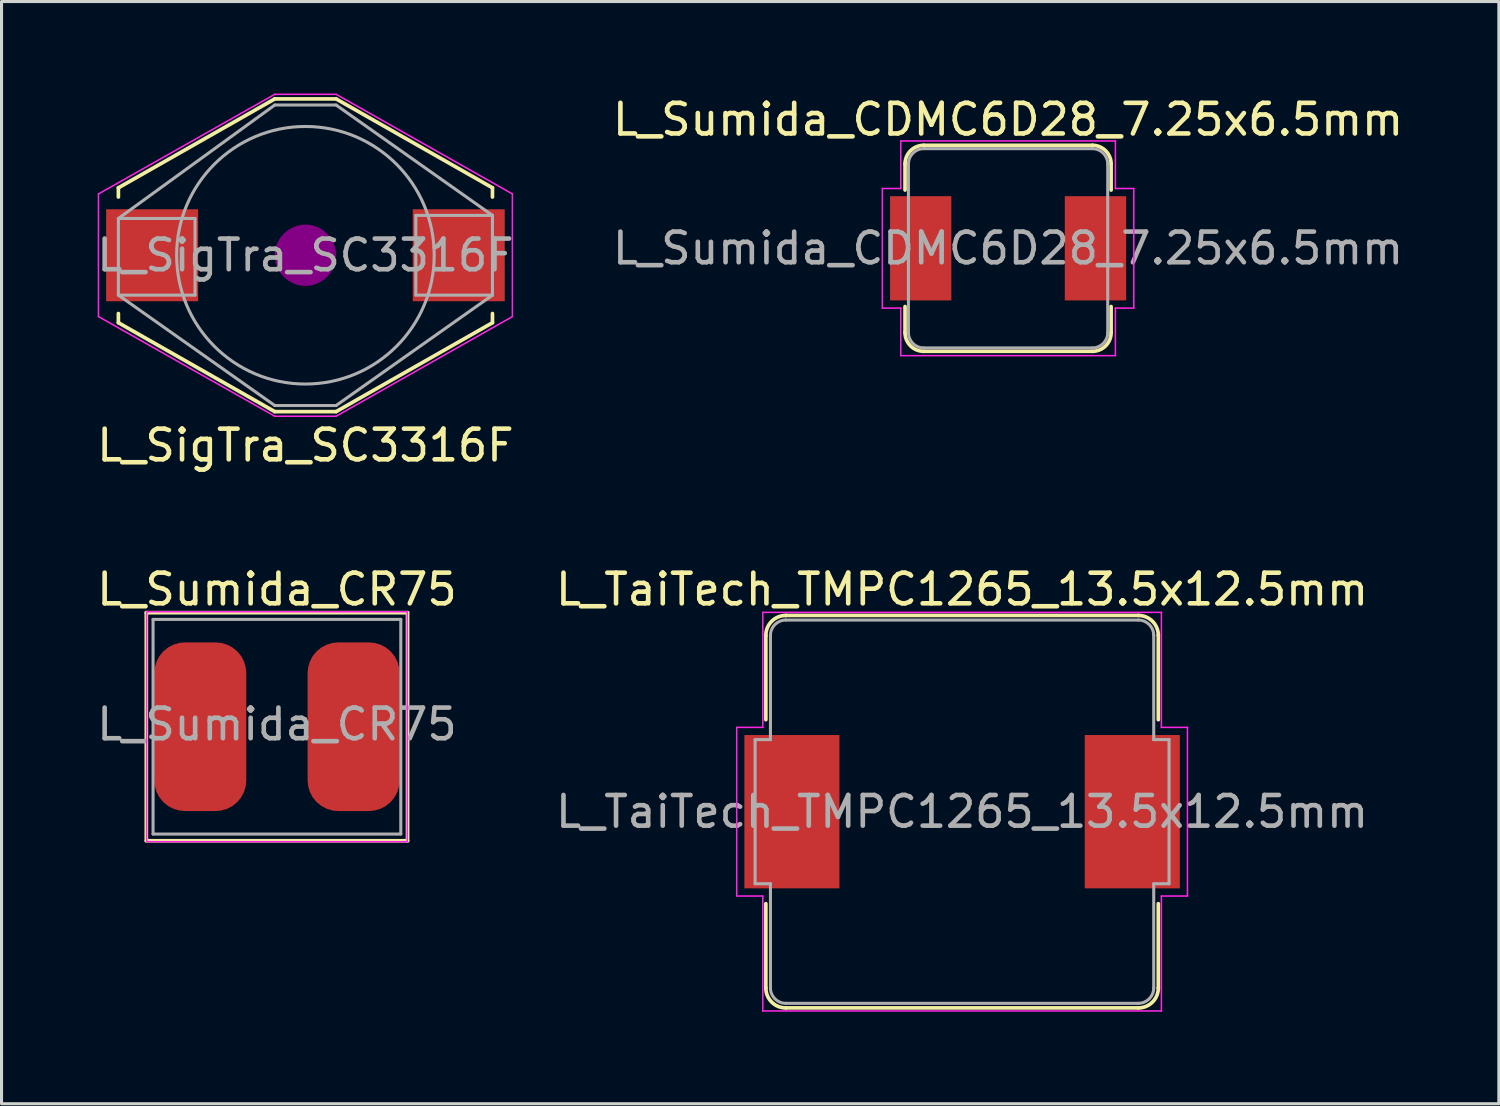
<source format=kicad_pcb>
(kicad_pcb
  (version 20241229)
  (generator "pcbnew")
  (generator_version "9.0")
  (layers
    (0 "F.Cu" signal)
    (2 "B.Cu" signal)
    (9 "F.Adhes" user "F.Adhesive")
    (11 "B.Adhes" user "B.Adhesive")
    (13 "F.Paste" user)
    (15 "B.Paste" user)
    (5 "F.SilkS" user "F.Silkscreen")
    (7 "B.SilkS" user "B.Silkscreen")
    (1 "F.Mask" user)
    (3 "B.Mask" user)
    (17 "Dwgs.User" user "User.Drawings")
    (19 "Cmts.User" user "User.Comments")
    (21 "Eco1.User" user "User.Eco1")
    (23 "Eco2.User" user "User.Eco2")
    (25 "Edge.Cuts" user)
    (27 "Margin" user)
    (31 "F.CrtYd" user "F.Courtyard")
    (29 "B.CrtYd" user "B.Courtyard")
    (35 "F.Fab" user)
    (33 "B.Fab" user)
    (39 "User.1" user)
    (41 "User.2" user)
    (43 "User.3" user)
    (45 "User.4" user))
  (footprint "L_Sumida_CDMC6D28_7.25x6.5mm"
    (layer "F.Cu")
    (at 29.827 5.048)
    (property "Reference" "L_Sumida_CDMC6D28_7.25x6.5mm" (at 0 -4.2 0) (layer "F.SilkS") (effects (font (size 1 1) (thickness 0.15))))
    (attr smd)
    (fp_line (start -3.36 -1.9) (end -3.36 -2.75) (stroke (width 0.12) (type solid)) (layer "F.SilkS"))
    (fp_line (start -3.36 2.75) (end -3.36 1.9) (stroke (width 0.12) (type solid)) (layer "F.SilkS"))
    (fp_line (start -2.75 -3.36) (end 2.75 -3.36) (stroke (width 0.12) (type solid)) (layer "F.SilkS"))
    (fp_line (start 2.75 3.36) (end -2.75 3.36) (stroke (width 0.12) (type solid)) (layer "F.SilkS"))
    (fp_line (start 3.36 -2.75) (end 3.36 -1.9) (stroke (width 0.12) (type solid)) (layer "F.SilkS"))
    (fp_line (start 3.36 1.9) (end 3.36 2.75) (stroke (width 0.12) (type solid)) (layer "F.SilkS"))
    (fp_arc (start -3.36 -2.75) (mid -3.181335 -3.181335) (end -2.75 -3.36) (stroke (width 0.12) (type solid)) (layer "F.SilkS"))
    (fp_arc (start -2.75 3.36) (mid -3.181335 3.181335) (end -3.36 2.75) (stroke (width 0.12) (type solid)) (layer "F.SilkS"))
    (fp_arc (start 2.75 -3.36) (mid 3.181335 -3.181335) (end 3.36 -2.75) (stroke (width 0.12) (type solid)) (layer "F.SilkS"))
    (fp_arc (start 3.36 2.75) (mid 3.181335 3.181335) (end 2.75 3.36) (stroke (width 0.12) (type solid)) (layer "F.SilkS"))
    (fp_line (start -4.1 -1.95) (end -3.5 -1.95) (stroke (width 0.05) (type solid)) (layer "F.CrtYd"))
    (fp_line (start -4.1 1.95) (end -4.1 -1.95) (stroke (width 0.05) (type solid)) (layer "F.CrtYd"))
    (fp_line (start -3.5 -3.5) (end 3.5 -3.5) (stroke (width 0.05) (type solid)) (layer "F.CrtYd"))
    (fp_line (start -3.5 -1.95) (end -3.5 -3.5) (stroke (width 0.05) (type solid)) (layer "F.CrtYd"))
    (fp_line (start -3.5 1.95) (end -4.1 1.95) (stroke (width 0.05) (type solid)) (layer "F.CrtYd"))
    (fp_line (start -3.5 3.5) (end -3.5 1.95) (stroke (width 0.05) (type solid)) (layer "F.CrtYd"))
    (fp_line (start 3.5 -3.5) (end 3.5 -1.95) (stroke (width 0.05) (type solid)) (layer "F.CrtYd"))
    (fp_line (start 3.5 -1.95) (end 4.1 -1.95) (stroke (width 0.05) (type solid)) (layer "F.CrtYd"))
    (fp_line (start 3.5 1.95) (end 3.5 3.5) (stroke (width 0.05) (type solid)) (layer "F.CrtYd"))
    (fp_line (start 3.5 3.5) (end -3.5 3.5) (stroke (width 0.05) (type solid)) (layer "F.CrtYd"))
    (fp_line (start 4.1 -1.95) (end 4.1 1.95) (stroke (width 0.05) (type solid)) (layer "F.CrtYd"))
    (fp_line (start 4.1 1.95) (end 3.5 1.95) (stroke (width 0.05) (type solid)) (layer "F.CrtYd"))
    (fp_line (start -3.25 2.75) (end -3.25 -2.75) (stroke (width 0.1) (type solid)) (layer "F.Fab"))
    (fp_line (start -2.75 -3.25) (end 2.75 -3.25) (stroke (width 0.1) (type solid)) (layer "F.Fab"))
    (fp_line (start 2.75 3.25) (end -2.75 3.25) (stroke (width 0.1) (type solid)) (layer "F.Fab"))
    (fp_line (start 3.25 -2.75) (end 3.25 2.75) (stroke (width 0.1) (type solid)) (layer "F.Fab"))
    (fp_arc (start -3.25 -2.75) (mid -3.103553 -3.103553) (end -2.75 -3.25) (stroke (width 0.1) (type solid)) (layer "F.Fab"))
    (fp_arc (start -2.75 3.25) (mid -3.103553 3.103553) (end -3.25 2.75) (stroke (width 0.1) (type solid)) (layer "F.Fab"))
    (fp_arc (start 2.75 -3.25) (mid 3.103553 -3.103553) (end 3.25 -2.75) (stroke (width 0.1) (type solid)) (layer "F.Fab"))
    (fp_arc (start 3.25 2.75) (mid 3.103553 3.103553) (end 2.75 3.25) (stroke (width 0.1) (type solid)) (layer "F.Fab"))
    (fp_text user "${REFERENCE}" (at 0 0 0) (layer "F.Fab") (effects (font (size 1 1) (thickness 0.15))))
    (pad "1" smd rect (at -2.85 0) (size 2 3.4) (layers "F.Cu" "F.Mask" "F.Paste"))
    (pad "2" smd rect (at 2.85 0) (size 2 3.4) (layers "F.Cu" "F.Mask" "F.Paste")))
  (footprint "L_SigTra_SC3316F"
    (layer "F.Cu")
    (at 6.911 5.275)
    (property "Reference" "L_SigTra_SC3316F" (at 0 6.2 0) (layer "F.SilkS") (effects (font (size 1 1) (thickness 0.15))))
    (attr smd)
    (fp_line (start -6.1 -2.2) (end -1 -5.1) (stroke (width 0.12) (type solid)) (layer "F.SilkS"))
    (fp_line (start -6.1 -1.9) (end -6.1 -2.2) (stroke (width 0.12) (type solid)) (layer "F.SilkS"))
    (fp_line (start -6.1 1.9) (end -6.1 2.2) (stroke (width 0.12) (type solid)) (layer "F.SilkS"))
    (fp_line (start -6.1 2.2) (end -1 5.1) (stroke (width 0.12) (type solid)) (layer "F.SilkS"))
    (fp_line (start 1 -5.1) (end -1 -5.1) (stroke (width 0.12) (type solid)) (layer "F.SilkS"))
    (fp_line (start 1 5.1) (end -1 5.1) (stroke (width 0.12) (type solid)) (layer "F.SilkS"))
    (fp_line (start 6.1 -2.2) (end 1 -5.1) (stroke (width 0.12) (type solid)) (layer "F.SilkS"))
    (fp_line (start 6.1 -1.9) (end 6.1 -2.2) (stroke (width 0.12) (type solid)) (layer "F.SilkS"))
    (fp_line (start 6.1 1.9) (end 6.1 2.2) (stroke (width 0.12) (type solid)) (layer "F.SilkS"))
    (fp_line (start 6.1 2.2) (end 1 5.1) (stroke (width 0.12) (type solid)) (layer "F.SilkS"))
    (fp_circle (center 0 0) (end 0.5 0) (stroke (width 1) (type solid)) (fill no) (layer "F.Adhes"))
    (fp_line (start -6.75 -2) (end -6.75 2) (stroke (width 0.05) (type solid)) (layer "F.CrtYd"))
    (fp_line (start -6.75 2) (end -1 5.25) (stroke (width 0.05) (type solid)) (layer "F.CrtYd"))
    (fp_line (start -1 -5.25) (end -6.75 -2) (stroke (width 0.05) (type solid)) (layer "F.CrtYd"))
    (fp_line (start -1 -5.25) (end 1 -5.25) (stroke (width 0.05) (type solid)) (layer "F.CrtYd"))
    (fp_line (start -1 5.25) (end 1 5.25) (stroke (width 0.05) (type solid)) (layer "F.CrtYd"))
    (fp_line (start 1 -5.25) (end 6.75 -2) (stroke (width 0.05) (type solid)) (layer "F.CrtYd"))
    (fp_line (start 1 5.25) (end 6.75 2) (stroke (width 0.05) (type solid)) (layer "F.CrtYd"))
    (fp_line (start 6.75 2) (end 6.75 -2) (stroke (width 0.05) (type solid)) (layer "F.CrtYd"))
    (fp_line (start -6.1 -1.2) (end -3.6 -1.2) (stroke (width 0.1) (type solid)) (layer "F.Fab"))
    (fp_line (start -6.1 1.3) (end -6.1 -1.2) (stroke (width 0.1) (type solid)) (layer "F.Fab"))
    (fp_line (start -3.6 -1.2) (end -3.6 0) (stroke (width 0.1) (type solid)) (layer "F.Fab"))
    (fp_line (start -3.6 0) (end -3.6 1.3) (stroke (width 0.1) (type solid)) (layer "F.Fab"))
    (fp_line (start -3.6 1.3) (end -6.1 1.3) (stroke (width 0.1) (type solid)) (layer "F.Fab"))
    (fp_line (start -1 -4.9) (end -6.1 -1.2) (stroke (width 0.1) (type solid)) (layer "F.Fab"))
    (fp_line (start -1 4.9) (end -6.1 1.3) (stroke (width 0.1) (type solid)) (layer "F.Fab"))
    (fp_line (start 1 -4.9) (end -1 -4.9) (stroke (width 0.1) (type solid)) (layer "F.Fab"))
    (fp_line (start 1 -4.9) (end 6.1 -1.3) (stroke (width 0.1) (type solid)) (layer "F.Fab"))
    (fp_line (start 1 4.9) (end -1 4.9) (stroke (width 0.1) (type solid)) (layer "F.Fab"))
    (fp_line (start 3.6 -1.3) (end 6.1 -1.3) (stroke (width 0.1) (type solid)) (layer "F.Fab"))
    (fp_line (start 3.6 1.3) (end 3.6 -1.3) (stroke (width 0.1) (type solid)) (layer "F.Fab"))
    (fp_line (start 6.1 -1.3) (end 6.1 1.3) (stroke (width 0.1) (type solid)) (layer "F.Fab"))
    (fp_line (start 6.1 1.3) (end 1 4.9) (stroke (width 0.1) (type solid)) (layer "F.Fab"))
    (fp_line (start 6.1 1.3) (end 3.6 1.3) (stroke (width 0.1) (type solid)) (layer "F.Fab"))
    (fp_circle (center 0 0) (end 4.2 0) (stroke (width 0.1) (type solid)) (fill no) (layer "F.Fab"))
    (fp_text user "${REFERENCE}" (at 0 0 0) (layer "F.Fab") (effects (font (size 1 1) (thickness 0.15))))
    (pad "1" smd rect (at -5 0) (size 3 3) (layers "F.Cu" "F.Mask" "F.Paste"))
    (pad "2" smd rect (at 5 0) (size 3 3) (layers "F.Cu" "F.Mask" "F.Paste")))
  (footprint "L_TaiTech_TMPC1265_13.5x12.5mm"
    (layer "F.Cu")
    (at 28.327 23.422)
    (property "Reference" "L_TaiTech_TMPC1265_13.5x12.5mm" (at 0 -7.25 0) (layer "F.SilkS") (effects (font (size 1 1) (thickness 0.15))))
    (attr smd)
    (fp_line (start -6.4 -5.75) (end -6.4 -3) (stroke (width 0.12) (type solid)) (layer "F.SilkS"))
    (fp_line (start -6.4 3) (end -6.4 5.75) (stroke (width 0.12) (type solid)) (layer "F.SilkS"))
    (fp_line (start -5.75 -6.4) (end 5.75 -6.4) (stroke (width 0.12) (type solid)) (layer "F.SilkS"))
    (fp_line (start 5.75 6.4) (end -5.75 6.4) (stroke (width 0.12) (type solid)) (layer "F.SilkS"))
    (fp_line (start 6.4 -5.75) (end 6.4 -3) (stroke (width 0.12) (type solid)) (layer "F.SilkS"))
    (fp_line (start 6.4 3) (end 6.4 5.75) (stroke (width 0.12) (type solid)) (layer "F.SilkS"))
    (fp_arc (start -6.4 -5.75) (mid -6.209619 -6.209619) (end -5.75 -6.4) (stroke (width 0.12) (type solid)) (layer "F.SilkS"))
    (fp_arc (start -5.75 6.4) (mid -6.209619 6.209619) (end -6.4 5.75) (stroke (width 0.12) (type solid)) (layer "F.SilkS"))
    (fp_arc (start 5.75 -6.4) (mid 6.209619 -6.209619) (end 6.4 -5.75) (stroke (width 0.12) (type solid)) (layer "F.SilkS"))
    (fp_arc (start 6.4 5.75) (mid 6.209619 6.209619) (end 5.75 6.4) (stroke (width 0.12) (type solid)) (layer "F.SilkS"))
    (fp_line (start -7.35 -2.75) (end -6.5 -2.75) (stroke (width 0.05) (type solid)) (layer "F.CrtYd"))
    (fp_line (start -7.35 2.75) (end -7.35 -2.75) (stroke (width 0.05) (type solid)) (layer "F.CrtYd"))
    (fp_line (start -6.5 -6.5) (end 6.5 -6.5) (stroke (width 0.05) (type solid)) (layer "F.CrtYd"))
    (fp_line (start -6.5 -2.75) (end -6.5 -6.5) (stroke (width 0.05) (type solid)) (layer "F.CrtYd"))
    (fp_line (start -6.5 2.75) (end -7.35 2.75) (stroke (width 0.05) (type solid)) (layer "F.CrtYd"))
    (fp_line (start -6.5 2.75) (end -6.5 6.5) (stroke (width 0.05) (type solid)) (layer "F.CrtYd"))
    (fp_line (start 6.5 -2.75) (end 6.5 -6.5) (stroke (width 0.05) (type solid)) (layer "F.CrtYd"))
    (fp_line (start 6.5 -2.75) (end 7.35 -2.75) (stroke (width 0.05) (type solid)) (layer "F.CrtYd"))
    (fp_line (start 6.5 2.75) (end 6.5 6.5) (stroke (width 0.05) (type solid)) (layer "F.CrtYd"))
    (fp_line (start 6.5 6.5) (end -6.5 6.5) (stroke (width 0.05) (type solid)) (layer "F.CrtYd"))
    (fp_line (start 7.35 -2.75) (end 7.35 2.75) (stroke (width 0.05) (type solid)) (layer "F.CrtYd"))
    (fp_line (start 7.35 2.75) (end 6.5 2.75) (stroke (width 0.05) (type solid)) (layer "F.CrtYd"))
    (fp_line (start -6.75 -2.35) (end -6.75 2.35) (stroke (width 0.1) (type solid)) (layer "F.Fab"))
    (fp_line (start -6.75 -2.35) (end -6.25 -2.35) (stroke (width 0.1) (type solid)) (layer "F.Fab"))
    (fp_line (start -6.75 2.35) (end -6.25 2.35) (stroke (width 0.1) (type solid)) (layer "F.Fab"))
    (fp_line (start -6.25 -5.75) (end -6.25 -2.35) (stroke (width 0.1) (type solid)) (layer "F.Fab"))
    (fp_line (start -6.25 2.35) (end -6.25 5.75) (stroke (width 0.1) (type solid)) (layer "F.Fab"))
    (fp_line (start -5.75 -6.25) (end 5.75 -6.25) (stroke (width 0.1) (type solid)) (layer "F.Fab"))
    (fp_line (start 5.75 6.25) (end -5.75 6.25) (stroke (width 0.1) (type solid)) (layer "F.Fab"))
    (fp_line (start 6.25 -2.35) (end 6.25 -5.75) (stroke (width 0.1) (type solid)) (layer "F.Fab"))
    (fp_line (start 6.25 2.35) (end 6.25 5.75) (stroke (width 0.1) (type solid)) (layer "F.Fab"))
    (fp_line (start 6.75 -2.35) (end 6.25 -2.35) (stroke (width 0.1) (type solid)) (layer "F.Fab"))
    (fp_line (start 6.75 -2.35) (end 6.75 2.35) (stroke (width 0.1) (type solid)) (layer "F.Fab"))
    (fp_line (start 6.75 2.35) (end 6.25 2.35) (stroke (width 0.1) (type solid)) (layer "F.Fab"))
    (fp_arc (start -6.25 -5.75) (mid -6.103553 -6.103553) (end -5.75 -6.25) (stroke (width 0.1) (type solid)) (layer "F.Fab"))
    (fp_arc (start -5.75 6.25) (mid -6.103553 6.103553) (end -6.25 5.75) (stroke (width 0.1) (type solid)) (layer "F.Fab"))
    (fp_arc (start 5.75 -6.25) (mid 6.103553 -6.103553) (end 6.25 -5.75) (stroke (width 0.1) (type solid)) (layer "F.Fab"))
    (fp_arc (start 6.25 5.75) (mid 6.103553 6.103553) (end 5.75 6.25) (stroke (width 0.1) (type solid)) (layer "F.Fab"))
    (fp_text user "${REFERENCE}" (at 0 0 0) (layer "F.Fab") (effects (font (size 1 1) (thickness 0.15))))
    (pad "1" smd rect (at -5.55 0) (size 3.1 5) (layers "F.Cu" "F.Mask" "F.Paste"))
    (pad "2" smd rect (at 5.55 0) (size 3.1 5) (layers "F.Cu" "F.Mask" "F.Paste")))
  (footprint "L_Sumida_CR75"
    (layer "F.Cu")
    (at 5.982 20.651)
    (property "Reference" "L_Sumida_CR75" (at 0 -4.48 180) (layer "F.SilkS") (effects (font (size 1 1) (thickness 0.15))))
    (attr smd)
    (fp_line (start -4.26 -3.72) (end 4.26 -3.72) (stroke (width 0.12) (type solid)) (layer "F.SilkS"))
    (fp_line (start -4.26 3.72) (end -4.26 -3.72) (stroke (width 0.12) (type solid)) (layer "F.SilkS"))
    (fp_line (start 4.26 -3.72) (end 4.26 3.72) (stroke (width 0.12) (type solid)) (layer "F.SilkS"))
    (fp_line (start 4.26 3.72) (end -4.26 3.72) (stroke (width 0.12) (type solid)) (layer "F.SilkS"))
    (fp_line (start -4.25 -3.75) (end -4.25 3.75) (stroke (width 0.05) (type solid)) (layer "F.CrtYd"))
    (fp_line (start -4.25 3.75) (end 4.25 3.75) (stroke (width 0.05) (type solid)) (layer "F.CrtYd"))
    (fp_line (start 4.25 -3.75) (end -4.25 -3.75) (stroke (width 0.05) (type solid)) (layer "F.CrtYd"))
    (fp_line (start 4.25 3.75) (end 4.25 -3.75) (stroke (width 0.05) (type solid)) (layer "F.CrtYd"))
    (fp_line (start -4.04 -3.5) (end -4.04 3.5) (stroke (width 0.1) (type solid)) (layer "F.Fab"))
    (fp_line (start -4.04 3.5) (end 4.04 3.5) (stroke (width 0.1) (type solid)) (layer "F.Fab"))
    (fp_line (start 4.04 -3.5) (end -4.04 -3.5) (stroke (width 0.1) (type solid)) (layer "F.Fab"))
    (fp_line (start 4.04 3.5) (end 4.04 -3.5) (stroke (width 0.1) (type solid)) (layer "F.Fab"))
    (fp_text user "${REFERENCE}" (at 0 -0.08 0) (layer "F.Fab") (effects (font (size 1 1) (thickness 0.15))))
    (pad "1" smd roundrect (at -2.5 0) (size 3 5.5) (layers "F.Cu" "F.Mask" "F.Paste") (roundrect_rratio 0.333))
    (pad "2" smd roundrect (at 2.5 0) (size 3 5.5) (layers "F.Cu" "F.Mask" "F.Paste") (roundrect_rratio 0.333)))
  (gr_rect
    (start -3 -3)
    (end 45.833 32.947)
    (stroke (width 0.1) (type default))
    (fill no)
    (layer "Edge.Cuts")))
</source>
